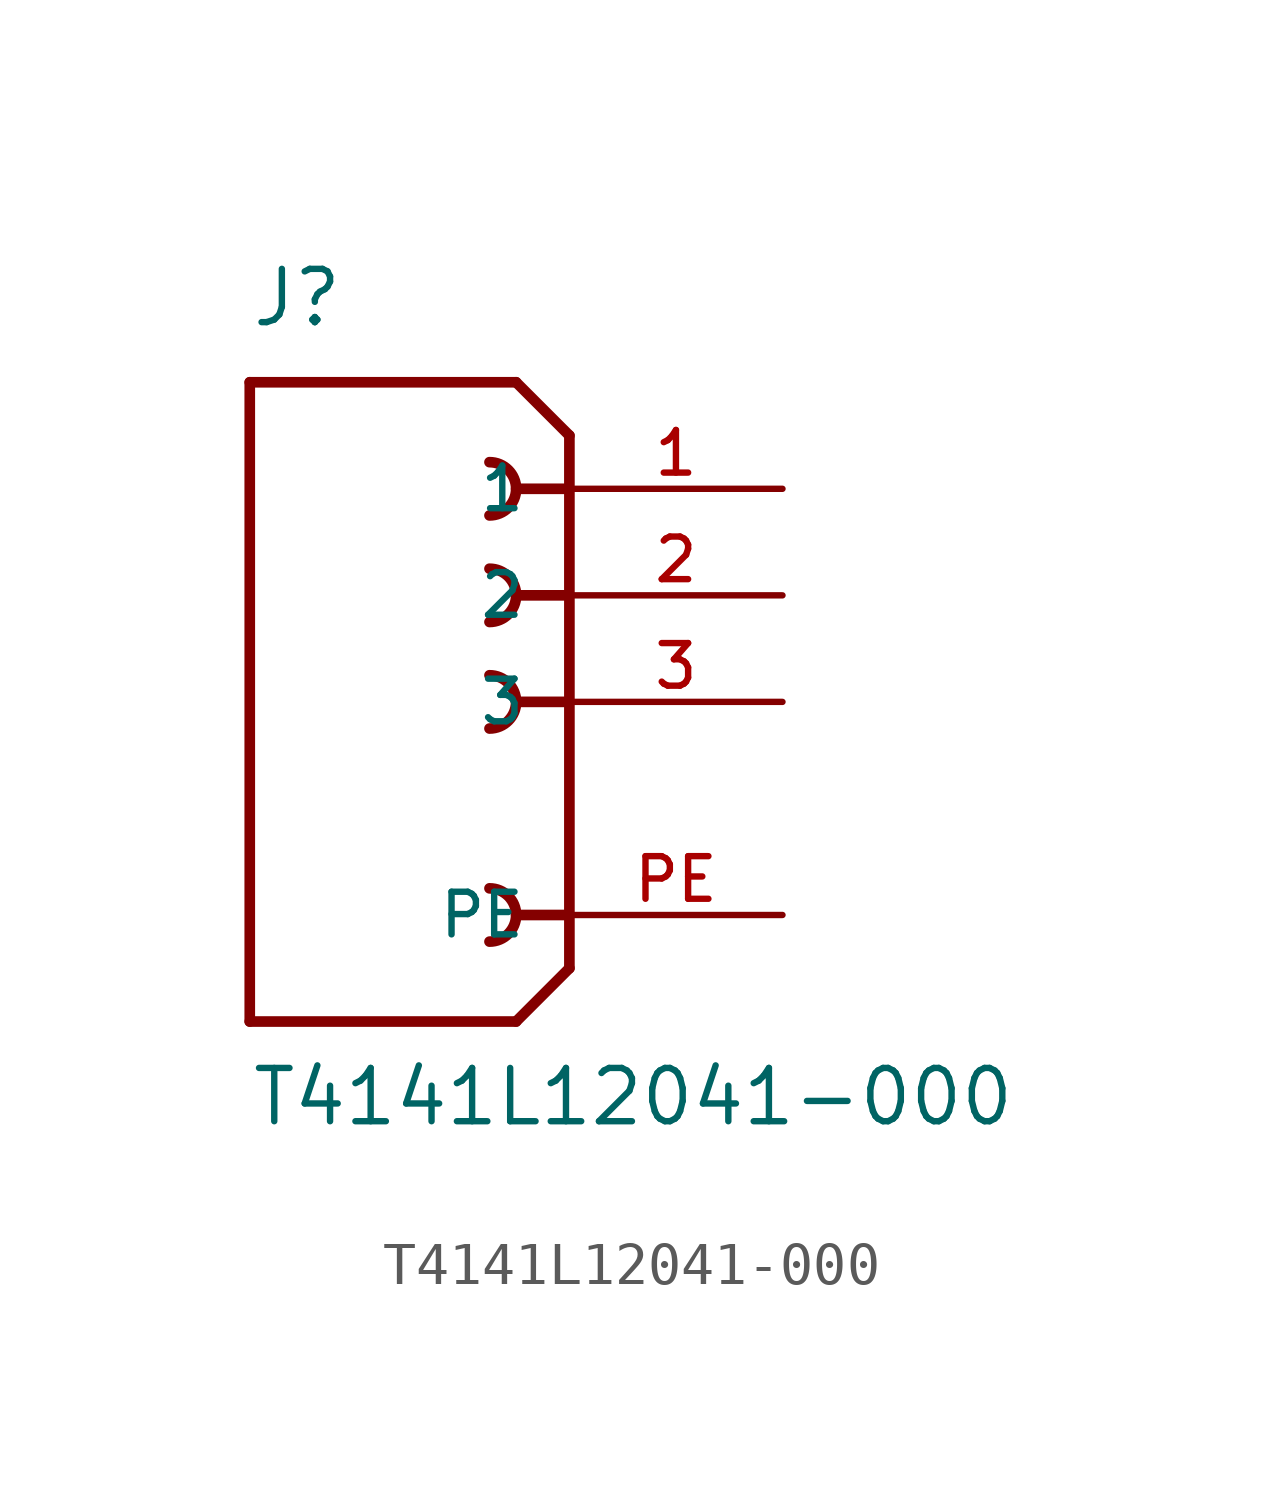
<source format=kicad_sym>
(kicad_symbol_lib
  (version 20211014)
  (generator kicad_symbol_editor)
  (symbol "T4141L12041-000"
    (pin_names
      (offset 1.016))
    (property "Reference" "J"
      (at -7.62 8.89 0)
      (effects (font (size 1.27 1.27)) (justify bottom left)))
    (property "Value" "T4141L12041-000"
      (at -7.62 -10.16 0)
      (effects (font (size 1.27 1.27)) (justify bottom left)))
    (symbol "T4141L12041-000_0_0"
      (polyline (pts (xy 0.0 6.35) (xy -1.27 7.62)) (stroke (width 0.254)))
      (polyline (pts (xy 0.0 6.35) (xy 0.0 5.08)) (stroke (width 0.254)))
      (polyline (pts (xy 0.0 5.08) (xy 0.0 -6.35)) (stroke (width 0.254)))
      (polyline (pts (xy 0.0 -6.35) (xy -1.27 -7.62)) (stroke (width 0.254)))
      (polyline (pts (xy -1.27 -7.62) (xy -7.62 -7.62)) (stroke (width 0.254)))
      (polyline (pts (xy -7.62 -7.62) (xy -7.62 7.62)) (stroke (width 0.254)))
      (polyline (pts (xy -7.62 7.62) (xy -1.27 7.62)) (stroke (width 0.254)))
      (polyline (pts (xy 0.0 5.08) (xy -1.27 5.08)) (stroke (width 0.254)))
      (arc (start -1.905 4.445) (mid -1.27 5.08) (end -1.905 5.715) (stroke (width 0.254) (type default) (color 0 0 0 0)) (fill (type none)))
      (polyline (pts (xy 0.0 2.54) (xy -1.27 2.54)) (stroke (width 0.254)))
      (arc (start -1.905 1.905) (mid -1.27 2.54) (end -1.905 3.175) (stroke (width 0.254) (type default) (color 0 0 0 0)) (fill (type none)))
      (polyline (pts (xy 0.0 0.0) (xy -1.27 0.0)) (stroke (width 0.254)))
      (arc (start -1.905 -0.635) (mid -1.27 0.0) (end -1.905 0.635) (stroke (width 0.254) (type default) (color 0 0 0 0)) (fill (type none)))
      (polyline (pts (xy 0.0 -5.08) (xy -1.27 -5.08)) (stroke (width 0.254)))
      (arc (start -1.905 -5.715) (mid -1.27 -5.08) (end -1.905 -4.445) (stroke (width 0.254) (type default) (color 0 0 0 0)) (fill (type none)))
      (pin power_in line (at 5.08 5.08 180.0) (length 5.08) (name "1" (effects (font (size 1.016 1.016)))) (number "1" (effects (font (size 1.016 1.016)))))
      (pin power_in line (at 5.08 2.54 180.0) (length 5.08) (name "2" (effects (font (size 1.016 1.016)))) (number "2" (effects (font (size 1.016 1.016)))))
      (pin power_in line (at 5.08 0.0 180.0) (length 5.08) (name "3" (effects (font (size 1.016 1.016)))) (number "3" (effects (font (size 1.016 1.016)))))
      (pin passive line (at 5.08 -5.08 180.0) (length 5.08) (name "PE" (effects (font (size 1.016 1.016)))) (number "PE" (effects (font (size 1.016 1.016))))))))
</source>
